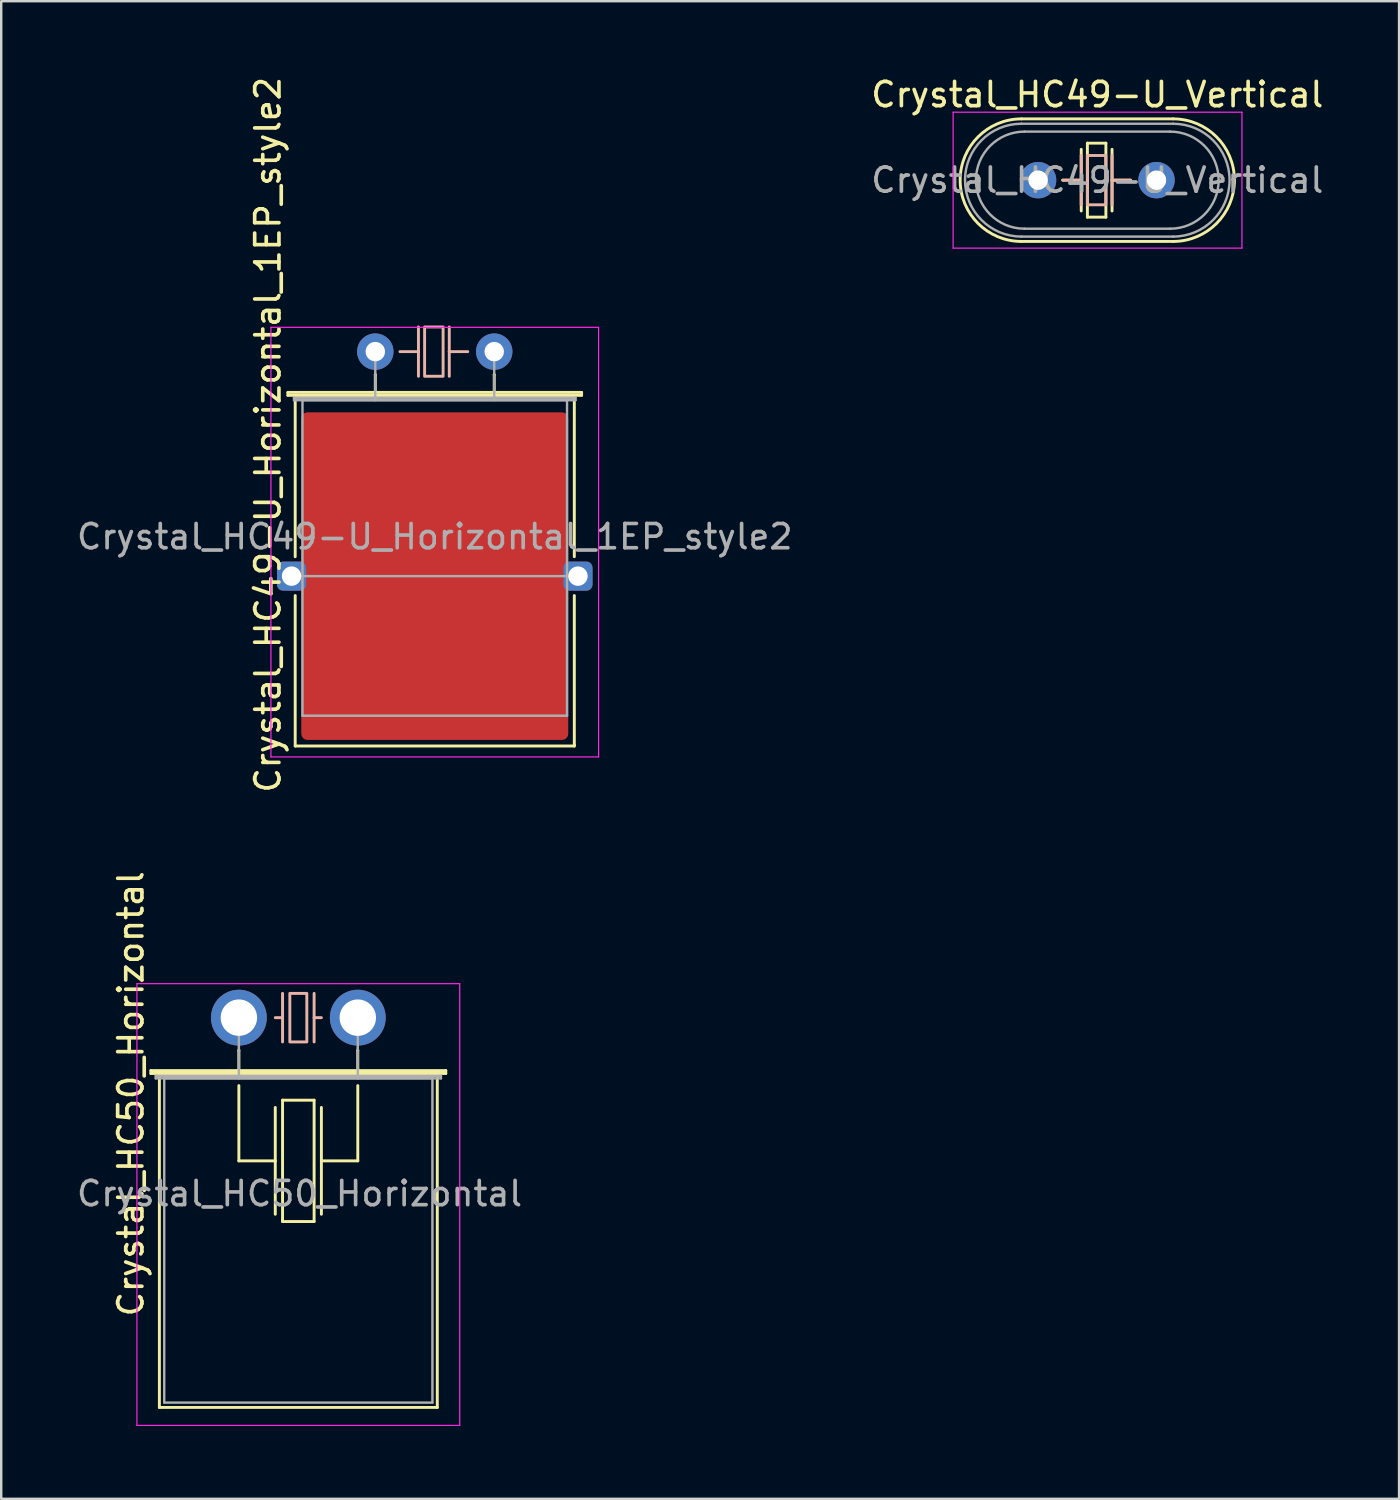
<source format=kicad_pcb>
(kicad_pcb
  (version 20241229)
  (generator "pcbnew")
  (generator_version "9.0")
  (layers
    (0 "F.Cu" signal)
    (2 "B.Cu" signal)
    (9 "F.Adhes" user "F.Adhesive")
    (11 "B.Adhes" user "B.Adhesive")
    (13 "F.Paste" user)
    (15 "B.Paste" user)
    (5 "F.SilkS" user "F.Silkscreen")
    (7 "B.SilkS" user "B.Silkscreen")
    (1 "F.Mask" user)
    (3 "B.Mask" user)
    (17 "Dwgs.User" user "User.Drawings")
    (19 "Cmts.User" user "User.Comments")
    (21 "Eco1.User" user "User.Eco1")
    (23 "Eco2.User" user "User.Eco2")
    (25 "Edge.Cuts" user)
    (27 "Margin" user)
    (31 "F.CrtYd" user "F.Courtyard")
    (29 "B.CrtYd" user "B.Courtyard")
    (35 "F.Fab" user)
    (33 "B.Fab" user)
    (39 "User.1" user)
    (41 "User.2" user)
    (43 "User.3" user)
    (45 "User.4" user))
  (footprint "Crystal_HC49-U_Horizontal_1EP_style2"
    (layer "F.Cu")
    (at 12.413 11.438)
    (property "Reference" "Crystal_HC49-U_Horizontal_1EP_style2" (at -4.425 3.425 90) (layer "F.SilkS") (effects (font (size 1 1) (thickness 0.15))))
    (attr through_hole)
    (fp_line (start -3.6 1.68) (end 8.5 1.68) (stroke (width 0.12) (type solid)) (layer "F.SilkS"))
    (fp_line (start -3.6 1.8) (end -3.6 1.68) (stroke (width 0.12) (type solid)) (layer "F.SilkS"))
    (fp_line (start -3.3 8.45) (end -3.3 1.8) (stroke (width 0.12) (type solid)) (layer "F.SilkS"))
    (fp_line (start -3.3 16.25) (end -3.3 10.05) (stroke (width 0.12) (type solid)) (layer "F.SilkS"))
    (fp_line (start -3.25 1.8) (end 8.15 1.8) (stroke (width 0.12) (type solid)) (layer "F.SilkS"))
    (fp_line (start 0 0.95) (end 0 0.95) (stroke (width 0.12) (type solid)) (layer "F.SilkS"))
    (fp_line (start 0 1.8) (end 0 0.95) (stroke (width 0.12) (type solid)) (layer "F.SilkS"))
    (fp_line (start 4.9 0.95) (end 4.9 0.95) (stroke (width 0.12) (type solid)) (layer "F.SilkS"))
    (fp_line (start 4.9 1.8) (end 4.9 0.95) (stroke (width 0.12) (type solid)) (layer "F.SilkS"))
    (fp_line (start 8.2 1.8) (end 8.2 8.45) (stroke (width 0.12) (type solid)) (layer "F.SilkS"))
    (fp_line (start 8.2 10.05) (end 8.2 16.2) (stroke (width 0.12) (type solid)) (layer "F.SilkS"))
    (fp_line (start 8.2 16.2) (end 8.2 16.25) (stroke (width 0.12) (type solid)) (layer "F.SilkS"))
    (fp_line (start 8.2 16.25) (end -3.3 16.25) (stroke (width 0.12) (type solid)) (layer "F.SilkS"))
    (fp_line (start 8.5 1.68) (end 8.5 1.8) (stroke (width 0.12) (type solid)) (layer "F.SilkS"))
    (fp_line (start 8.5 1.8) (end -3.6 1.8) (stroke (width 0.12) (type solid)) (layer "F.SilkS"))
    (fp_line (start 1.016 0) (end 1.778 0) (stroke (width 0.12) (type solid)) (layer "B.SilkS"))
    (fp_line (start 1.778 0) (end 1.778 -1.016) (stroke (width 0.12) (type solid)) (layer "B.SilkS"))
    (fp_line (start 1.778 0) (end 1.778 1.016) (stroke (width 0.12) (type solid)) (layer "B.SilkS"))
    (fp_line (start 3.048 0) (end 3.048 -1.016) (stroke (width 0.12) (type solid)) (layer "B.SilkS"))
    (fp_line (start 3.048 0) (end 3.048 1.016) (stroke (width 0.12) (type solid)) (layer "B.SilkS"))
    (fp_line (start 3.81 0) (end 3.048 0) (stroke (width 0.12) (type solid)) (layer "B.SilkS"))
    (fp_rect (start 2.032 -1.016) (end 2.794 1.016) (stroke (width 0.12) (type solid)) (fill no) (layer "B.SilkS"))
    (fp_line (start -4.3 -1) (end -4.3 16.7) (stroke (width 0.05) (type solid)) (layer "F.CrtYd"))
    (fp_line (start -4.3 16.7) (end 9.2 16.7) (stroke (width 0.05) (type solid)) (layer "F.CrtYd"))
    (fp_line (start 9.2 -1) (end -4.3 -1) (stroke (width 0.05) (type solid)) (layer "F.CrtYd"))
    (fp_line (start 9.2 16.7) (end 9.2 -1) (stroke (width 0.05) (type solid)) (layer "F.CrtYd"))
    (fp_line (start -3.45 9.25) (end 8.35 9.25) (stroke (width 0.1) (type solid)) (layer "F.Fab"))
    (fp_line (start -3.35 1.9) (end 8.25 1.9) (stroke (width 0.1) (type solid)) (layer "F.Fab"))
    (fp_line (start -3.35 2) (end -3.35 1.9) (stroke (width 0.1) (type solid)) (layer "F.Fab"))
    (fp_line (start -3 2) (end -3 15) (stroke (width 0.1) (type solid)) (layer "F.Fab"))
    (fp_line (start -3 15) (end 7.9 15) (stroke (width 0.1) (type solid)) (layer "F.Fab"))
    (fp_line (start 0 1) (end 0 0) (stroke (width 0.1) (type solid)) (layer "F.Fab"))
    (fp_line (start 0 2) (end 0 1) (stroke (width 0.1) (type solid)) (layer "F.Fab"))
    (fp_line (start 4.9 1) (end 4.9 0) (stroke (width 0.1) (type solid)) (layer "F.Fab"))
    (fp_line (start 4.9 2) (end 4.9 1) (stroke (width 0.1) (type solid)) (layer "F.Fab"))
    (fp_line (start 7.9 2) (end -3 2) (stroke (width 0.1) (type solid)) (layer "F.Fab"))
    (fp_line (start 7.9 15) (end 7.9 2) (stroke (width 0.1) (type solid)) (layer "F.Fab"))
    (fp_line (start 8.25 1.9) (end 8.25 2) (stroke (width 0.1) (type solid)) (layer "F.Fab"))
    (fp_line (start 8.25 2) (end -3.35 2) (stroke (width 0.1) (type solid)) (layer "F.Fab"))
    (fp_text user "${REFERENCE}" (at 2.45 7.625 0) (layer "F.Fab") (effects (font (size 1 1) (thickness 0.15))))
    (pad "1" thru_hole circle (at 0 0) (size 1.5 1.5) (drill 0.8) (layers "*.Cu" "*.Mask"))
    (pad "2" thru_hole circle (at 4.9 0) (size 1.5 1.5) (drill 0.8) (layers "*.Cu" "*.Mask"))
    (pad "3" thru_hole roundrect (at -3.45 9.25) (size 1.2 1.2) (drill 0.8) (layers "*.Cu" "*.Mask") (roundrect_rratio 0.208))
    (pad "3" smd roundrect (at 2.45 9.25) (size 11 13.5) (layers "F.Cu" "F.Mask" "F.Paste") (roundrect_rratio 0.023))
    (pad "3" thru_hole roundrect (at 8.35 9.25) (size 1.2 1.2) (drill 0.8) (layers "*.Cu" "*.Mask") (roundrect_rratio 0.208)))
  (footprint "Crystal_HC50_Horizontal"
    (layer "F.Cu")
    (at 6.792 38.88)
    (property "Reference" "Crystal_HC50_Horizontal" (at -4.45 3.138 90) (layer "F.SilkS") (effects (font (size 1 1) (thickness 0.15))))
    (attr through_hole)
    (fp_line (start -3.625 2.18) (end 8.525 2.18) (stroke (width 0.12) (type solid)) (layer "F.SilkS"))
    (fp_line (start -3.625 2.3) (end -3.625 2.18) (stroke (width 0.12) (type solid)) (layer "F.SilkS"))
    (fp_line (start -3.275 2.3) (end -3.275 16.06) (stroke (width 0.12) (type solid)) (layer "F.SilkS"))
    (fp_line (start -3.275 16.06) (end 8.175 16.06) (stroke (width 0.12) (type solid)) (layer "F.SilkS"))
    (fp_line (start 0 1.35) (end 0 1.35) (stroke (width 0.12) (type solid)) (layer "F.SilkS"))
    (fp_line (start 0 2.3) (end 0 1.35) (stroke (width 0.12) (type solid)) (layer "F.SilkS"))
    (fp_line (start 0 2.8) (end 0 5.9) (stroke (width 0.12) (type solid)) (layer "F.SilkS"))
    (fp_line (start 0 5.9) (end 1.5 5.9) (stroke (width 0.12) (type solid)) (layer "F.SilkS"))
    (fp_line (start 1.5 5.9) (end 1.5 3.7) (stroke (width 0.12) (type solid)) (layer "F.SilkS"))
    (fp_line (start 1.5 8.1) (end 1.5 5.9) (stroke (width 0.12) (type solid)) (layer "F.SilkS"))
    (fp_line (start 1.8 3.4) (end 1.8 8.3) (stroke (width 0.12) (type solid)) (layer "F.SilkS"))
    (fp_line (start 1.8 8.3) (end 1.8 8.4) (stroke (width 0.12) (type solid)) (layer "F.SilkS"))
    (fp_line (start 1.8 8.4) (end 3.1 8.4) (stroke (width 0.12) (type solid)) (layer "F.SilkS"))
    (fp_line (start 3.1 3.4) (end 1.8 3.4) (stroke (width 0.12) (type solid)) (layer "F.SilkS"))
    (fp_line (start 3.1 8.4) (end 3.1 3.4) (stroke (width 0.12) (type solid)) (layer "F.SilkS"))
    (fp_line (start 3.4 5.9) (end 3.4 3.7) (stroke (width 0.12) (type solid)) (layer "F.SilkS"))
    (fp_line (start 3.4 5.9) (end 4.9 5.9) (stroke (width 0.12) (type solid)) (layer "F.SilkS"))
    (fp_line (start 3.4 8.1) (end 3.4 5.9) (stroke (width 0.12) (type solid)) (layer "F.SilkS"))
    (fp_line (start 4.9 1.35) (end 4.9 1.35) (stroke (width 0.12) (type solid)) (layer "F.SilkS"))
    (fp_line (start 4.9 2.3) (end 4.9 1.35) (stroke (width 0.12) (type solid)) (layer "F.SilkS"))
    (fp_line (start 4.9 2.8) (end 4.9 5.9) (stroke (width 0.12) (type solid)) (layer "F.SilkS"))
    (fp_line (start 8.175 2.3) (end -3.275 2.3) (stroke (width 0.12) (type solid)) (layer "F.SilkS"))
    (fp_line (start 8.175 16.06) (end 8.175 2.3) (stroke (width 0.12) (type solid)) (layer "F.SilkS"))
    (fp_line (start 8.525 2.18) (end 8.525 2.3) (stroke (width 0.12) (type solid)) (layer "F.SilkS"))
    (fp_line (start 8.525 2.3) (end -3.625 2.3) (stroke (width 0.12) (type solid)) (layer "F.SilkS"))
    (fp_line (start 1.8 -1) (end 1.8 1) (stroke (width 0.12) (type solid)) (layer "B.SilkS"))
    (fp_line (start 1.8 0) (end 1.5 0) (stroke (width 0.12) (type solid)) (layer "B.SilkS"))
    (fp_line (start 3.1 -1) (end 3.1 1) (stroke (width 0.12) (type solid)) (layer "B.SilkS"))
    (fp_line (start 3.1 0) (end 3.4 0) (stroke (width 0.12) (type solid)) (layer "B.SilkS"))
    (fp_rect (start 2.1 -1) (end 2.8 1) (stroke (width 0.12) (type solid)) (fill no) (layer "B.SilkS"))
    (fp_line (start -4.2 -1.4) (end -4.2 16.8) (stroke (width 0.05) (type solid)) (layer "F.CrtYd"))
    (fp_line (start -4.2 16.8) (end 9.1 16.8) (stroke (width 0.05) (type solid)) (layer "F.CrtYd"))
    (fp_line (start 9.1 -1.4) (end -4.2 -1.4) (stroke (width 0.05) (type solid)) (layer "F.CrtYd"))
    (fp_line (start 9.1 16.8) (end 9.1 -1.4) (stroke (width 0.05) (type solid)) (layer "F.CrtYd"))
    (fp_line (start -3.425 2.4) (end 8.325 2.4) (stroke (width 0.1) (type solid)) (layer "F.Fab"))
    (fp_line (start -3.425 2.5) (end -3.425 2.4) (stroke (width 0.1) (type solid)) (layer "F.Fab"))
    (fp_line (start -3.075 2.5) (end -3.075 15.86) (stroke (width 0.1) (type solid)) (layer "F.Fab"))
    (fp_line (start -3.075 15.86) (end 7.975 15.86) (stroke (width 0.1) (type solid)) (layer "F.Fab"))
    (fp_line (start 0 1.25) (end 0 0) (stroke (width 0.1) (type solid)) (layer "F.Fab"))
    (fp_line (start 0 2.5) (end 0 1.25) (stroke (width 0.1) (type solid)) (layer "F.Fab"))
    (fp_line (start 4.9 1.25) (end 4.9 0) (stroke (width 0.1) (type solid)) (layer "F.Fab"))
    (fp_line (start 4.9 2.5) (end 4.9 1.25) (stroke (width 0.1) (type solid)) (layer "F.Fab"))
    (fp_line (start 7.975 2.5) (end -3.075 2.5) (stroke (width 0.1) (type solid)) (layer "F.Fab"))
    (fp_line (start 7.975 15.86) (end 7.975 2.5) (stroke (width 0.1) (type solid)) (layer "F.Fab"))
    (fp_line (start 8.325 2.4) (end 8.325 2.5) (stroke (width 0.1) (type solid)) (layer "F.Fab"))
    (fp_line (start 8.325 2.5) (end -3.425 2.5) (stroke (width 0.1) (type solid)) (layer "F.Fab"))
    (fp_text user "${REFERENCE}" (at 2.5 7.25 0) (layer "F.Fab") (effects (font (size 1 1) (thickness 0.15))))
    (pad "1" thru_hole circle (at 0 0) (size 2.3 2.3) (drill 1.5) (layers "*.Cu" "*.Mask"))
    (pad "2" thru_hole circle (at 4.9 0) (size 2.3 2.3) (drill 1.5) (layers "*.Cu" "*.Mask")))
  (footprint "Crystal_HC49-U_Vertical"
    (layer "F.Cu")
    (at 39.721 4.373)
    (property "Reference" "Crystal_HC49-U_Vertical" (at 2.44 -3.525 0) (layer "F.SilkS") (effects (font (size 1 1) (thickness 0.15))))
    (attr through_hole)
    (fp_line (start -0.685 -2.525) (end 5.565 -2.525) (stroke (width 0.12) (type solid)) (layer "F.SilkS"))
    (fp_line (start -0.685 2.525) (end 5.565 2.525) (stroke (width 0.12) (type solid)) (layer "F.SilkS"))
    (fp_line (start 1.016 0) (end 1.778 0) (stroke (width 0.12) (type solid)) (layer "F.SilkS"))
    (fp_line (start 1.778 -1.27) (end 1.778 1.27) (stroke (width 0.12) (type solid)) (layer "F.SilkS"))
    (fp_line (start 2.032 -1.524) (end 2.032 1.524) (stroke (width 0.12) (type solid)) (layer "F.SilkS"))
    (fp_line (start 2.032 1.524) (end 2.794 1.524) (stroke (width 0.12) (type solid)) (layer "F.SilkS"))
    (fp_line (start 2.794 -1.524) (end 2.032 -1.524) (stroke (width 0.12) (type solid)) (layer "F.SilkS"))
    (fp_line (start 2.794 1.524) (end 2.794 -1.524) (stroke (width 0.12) (type solid)) (layer "F.SilkS"))
    (fp_line (start 3.048 -1.27) (end 3.048 1.27) (stroke (width 0.12) (type solid)) (layer "F.SilkS"))
    (fp_line (start 3.81 0) (end 3.048 0) (stroke (width 0.12) (type solid)) (layer "F.SilkS"))
    (fp_arc (start -0.685 2.525) (mid -3.21 0) (end -0.685 -2.525) (stroke (width 0.12) (type solid)) (layer "F.SilkS"))
    (fp_arc (start 5.565 -2.525) (mid 8.09 0) (end 5.565 2.525) (stroke (width 0.12) (type solid)) (layer "F.SilkS"))
    (fp_line (start 1.016 0) (end 1.778 0) (stroke (width 0.12) (type solid)) (layer "B.SilkS"))
    (fp_line (start 1.778 0) (end 1.778 -1.016) (stroke (width 0.12) (type solid)) (layer "B.SilkS"))
    (fp_line (start 1.778 0) (end 1.778 1.016) (stroke (width 0.12) (type solid)) (layer "B.SilkS"))
    (fp_line (start 3.048 0) (end 3.048 -1.016) (stroke (width 0.12) (type solid)) (layer "B.SilkS"))
    (fp_line (start 3.048 0) (end 3.048 1.016) (stroke (width 0.12) (type solid)) (layer "B.SilkS"))
    (fp_line (start 3.81 0) (end 3.048 0) (stroke (width 0.12) (type solid)) (layer "B.SilkS"))
    (fp_rect (start 2.032 -1.016) (end 2.794 1.016) (stroke (width 0.12) (type solid)) (fill no) (layer "B.SilkS"))
    (fp_line (start -3.5 -2.8) (end -3.5 2.8) (stroke (width 0.05) (type solid)) (layer "F.CrtYd"))
    (fp_line (start -3.5 2.8) (end 8.4 2.8) (stroke (width 0.05) (type solid)) (layer "F.CrtYd"))
    (fp_line (start 8.4 -2.8) (end -3.5 -2.8) (stroke (width 0.05) (type solid)) (layer "F.CrtYd"))
    (fp_line (start 8.4 2.8) (end 8.4 -2.8) (stroke (width 0.05) (type solid)) (layer "F.CrtYd"))
    (fp_line (start -0.685 -2.325) (end 5.565 -2.325) (stroke (width 0.1) (type solid)) (layer "F.Fab"))
    (fp_line (start -0.685 2.325) (end 5.565 2.325) (stroke (width 0.1) (type solid)) (layer "F.Fab"))
    (fp_line (start -0.56 -2) (end 5.44 -2) (stroke (width 0.1) (type solid)) (layer "F.Fab"))
    (fp_line (start -0.56 2) (end 5.44 2) (stroke (width 0.1) (type solid)) (layer "F.Fab"))
    (fp_arc (start -0.685 2.325) (mid -3.01 0) (end -0.685 -2.325) (stroke (width 0.1) (type solid)) (layer "F.Fab"))
    (fp_arc (start -0.56 2) (mid -2.56 0) (end -0.56 -2) (stroke (width 0.1) (type solid)) (layer "F.Fab"))
    (fp_arc (start 5.44 -2) (mid 7.44 0) (end 5.44 2) (stroke (width 0.1) (type solid)) (layer "F.Fab"))
    (fp_arc (start 5.565 -2.325) (mid 7.89 0) (end 5.565 2.325) (stroke (width 0.1) (type solid)) (layer "F.Fab"))
    (fp_text user "${REFERENCE}" (at 2.44 0 0) (layer "F.Fab") (effects (font (size 1 1) (thickness 0.15))))
    (pad "1" thru_hole circle (at 0 0) (size 1.5 1.5) (drill 0.8) (layers "*.Cu" "*.Mask"))
    (pad "2" thru_hole circle (at 4.88 0) (size 1.5 1.5) (drill 0.8) (layers "*.Cu" "*.Mask")))
  (gr_rect
    (start -3 -3)
    (end 54.595 58.705)
    (stroke (width 0.1) (type default))
    (fill no)
    (layer "Edge.Cuts")))
</source>
